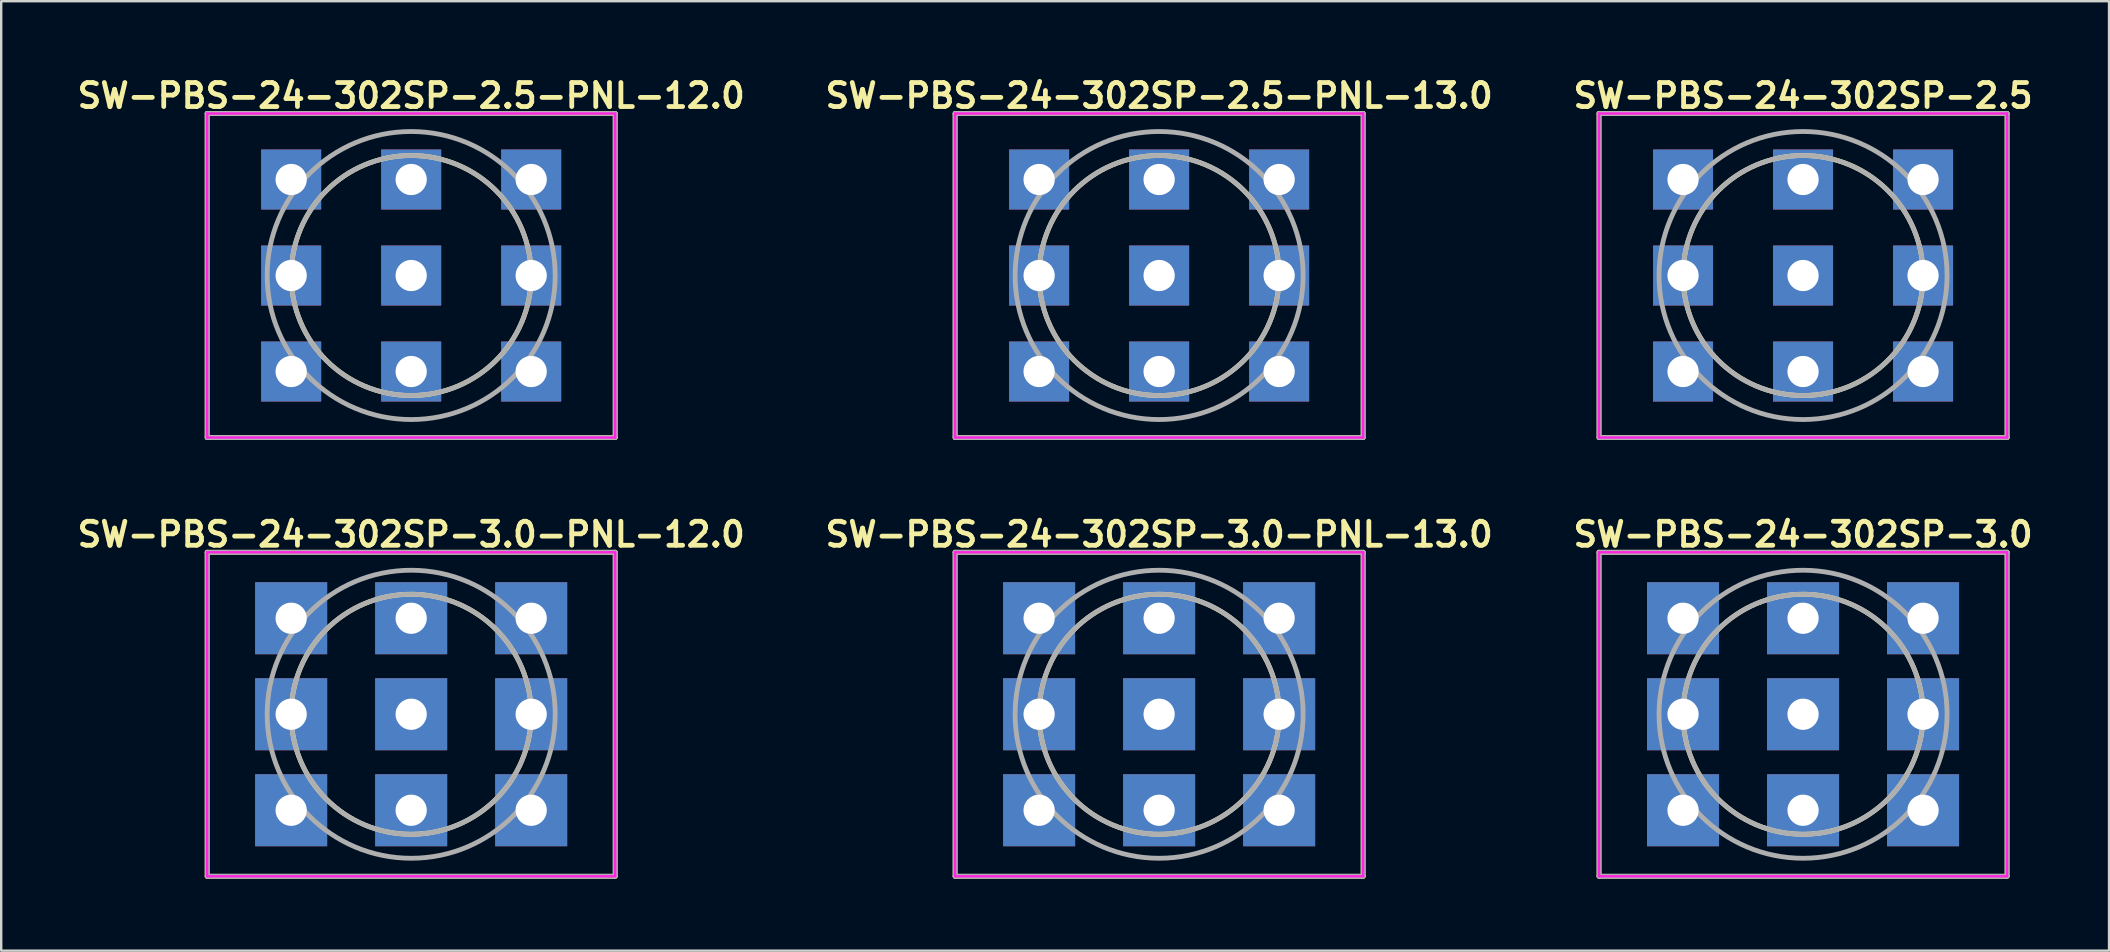
<source format=kicad_pcb>
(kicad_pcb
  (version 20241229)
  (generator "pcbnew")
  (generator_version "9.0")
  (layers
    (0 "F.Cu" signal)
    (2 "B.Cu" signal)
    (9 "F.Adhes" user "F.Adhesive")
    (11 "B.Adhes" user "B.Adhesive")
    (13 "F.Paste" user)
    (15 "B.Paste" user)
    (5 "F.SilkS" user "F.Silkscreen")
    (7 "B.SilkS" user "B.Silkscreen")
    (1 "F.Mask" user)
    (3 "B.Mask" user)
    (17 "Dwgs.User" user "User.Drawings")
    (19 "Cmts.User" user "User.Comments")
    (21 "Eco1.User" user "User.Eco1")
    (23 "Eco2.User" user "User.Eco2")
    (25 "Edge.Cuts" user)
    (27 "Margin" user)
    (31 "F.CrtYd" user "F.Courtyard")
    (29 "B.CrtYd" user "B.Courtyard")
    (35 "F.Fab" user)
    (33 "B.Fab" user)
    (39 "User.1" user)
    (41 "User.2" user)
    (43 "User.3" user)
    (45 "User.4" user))
  (footprint "SW-PBS-24-302SP-3.0"
    (layer "F.Cu")
    (at 72.071 26.708)
    (property "Reference" "SW-PBS-24-302SP-3.0" (at 0 -7.493 0) (layer "F.SilkS") (effects (font (size 1 1) (thickness 0.2))))
    (attr through_hole)
    (fp_line (start -8.5 -6.75) (end -8.5 6.75) (stroke (width 0.2) (type solid)) (layer "F.SilkS"))
    (fp_line (start -8.5 -6.75) (end 8.5 -6.75) (stroke (width 0.2) (type solid)) (layer "F.SilkS"))
    (fp_line (start -8.5 6.75) (end 8.5 6.75) (stroke (width 0.2) (type solid)) (layer "F.SilkS"))
    (fp_line (start 8.5 -6.75) (end 8.5 6.75) (stroke (width 0.2) (type solid)) (layer "F.SilkS"))
    (fp_circle (center 0 0) (end 5 0) (stroke (width 0.2) (type solid)) (fill no) (layer "F.SilkS"))
    (fp_line (start -8.5 -6.75) (end -8.5 6.75) (stroke (width 0.1) (type solid)) (layer "F.CrtYd"))
    (fp_line (start -8.5 -6.75) (end 8.5 -6.75) (stroke (width 0.1) (type solid)) (layer "F.CrtYd"))
    (fp_line (start -8.5 6.75) (end 8.5 6.75) (stroke (width 0.1) (type solid)) (layer "F.CrtYd"))
    (fp_line (start 8.5 -6.75) (end 8.5 6.75) (stroke (width 0.1) (type solid)) (layer "F.CrtYd"))
    (fp_line (start -8.5 -6.75) (end -8.5 6.75) (stroke (width 0.2) (type solid)) (layer "F.Fab"))
    (fp_line (start -8.5 -6.75) (end 8.5 -6.75) (stroke (width 0.2) (type solid)) (layer "F.Fab"))
    (fp_line (start -8.5 6.75) (end 8.5 6.75) (stroke (width 0.2) (type solid)) (layer "F.Fab"))
    (fp_line (start 8.5 -6.75) (end 8.5 6.75) (stroke (width 0.2) (type solid)) (layer "F.Fab"))
    (fp_circle (center 0 0) (end 5 0) (stroke (width 0.2) (type solid)) (fill no) (layer "F.Fab"))
    (fp_circle (center 0 0) (end 6 0) (stroke (width 0.2) (type solid)) (fill no) (layer "F.Fab"))
    (pad "COM1" thru_hole rect (at -5 0) (size 3 3) (drill 1.3) (layers "*.Cu" "*.Mask"))
    (pad "COM2" thru_hole rect (at 0 0) (size 3 3) (drill 1.3) (layers "*.Cu" "*.Mask"))
    (pad "COM3" thru_hole rect (at 5 0) (size 3 3) (drill 1.3) (layers "*.Cu" "*.Mask"))
    (pad "NC1" thru_hole rect (at -5 4) (size 3 3) (drill 1.3) (layers "*.Cu" "*.Mask"))
    (pad "NC2" thru_hole rect (at 0 4) (size 3 3) (drill 1.3) (layers "*.Cu" "*.Mask"))
    (pad "NC3" thru_hole rect (at 5 4) (size 3 3) (drill 1.3) (layers "*.Cu" "*.Mask"))
    (pad "NO1" thru_hole rect (at -5 -4) (size 3 3) (drill 1.3) (layers "*.Cu" "*.Mask"))
    (pad "NO2" thru_hole rect (at 0 -4) (size 3 3) (drill 1.3) (layers "*.Cu" "*.Mask"))
    (pad "NO3" thru_hole rect (at 5 -4) (size 3 3) (drill 1.3) (layers "*.Cu" "*.Mask")))
  (footprint "SW-PBS-24-302SP-3.0-PNL-12.0"
    (layer "F.Cu")
    (at 14.081 26.708)
    (property "Reference" "SW-PBS-24-302SP-3.0-PNL-12.0" (at 0 -7.493 0) (layer "F.SilkS") (effects (font (size 1 1) (thickness 0.2))))
    (attr through_hole)
    (fp_line (start -8.5 -6.75) (end -8.5 6.75) (stroke (width 0.2) (type solid)) (layer "F.SilkS"))
    (fp_line (start -8.5 -6.75) (end 8.5 -6.75) (stroke (width 0.2) (type solid)) (layer "F.SilkS"))
    (fp_line (start -8.5 6.75) (end 8.5 6.75) (stroke (width 0.2) (type solid)) (layer "F.SilkS"))
    (fp_line (start 8.5 -6.75) (end 8.5 6.75) (stroke (width 0.2) (type solid)) (layer "F.SilkS"))
    (fp_circle (center 0 0) (end 5 0) (stroke (width 0.2) (type solid)) (fill no) (layer "F.SilkS"))
    (fp_circle (center 0 0) (end 6 0) (stroke (width 0.4) (type solid)) (fill no) (layer "Eco1.User"))
    (fp_line (start -8.5 -6.75) (end -8.5 6.75) (stroke (width 0.1) (type solid)) (layer "F.CrtYd"))
    (fp_line (start -8.5 -6.75) (end 8.5 -6.75) (stroke (width 0.1) (type solid)) (layer "F.CrtYd"))
    (fp_line (start -8.5 6.75) (end 8.5 6.75) (stroke (width 0.1) (type solid)) (layer "F.CrtYd"))
    (fp_line (start 8.5 -6.75) (end 8.5 6.75) (stroke (width 0.1) (type solid)) (layer "F.CrtYd"))
    (fp_line (start -8.5 -6.75) (end -8.5 6.75) (stroke (width 0.2) (type solid)) (layer "F.Fab"))
    (fp_line (start -8.5 -6.75) (end 8.5 -6.75) (stroke (width 0.2) (type solid)) (layer "F.Fab"))
    (fp_line (start -8.5 6.75) (end 8.5 6.75) (stroke (width 0.2) (type solid)) (layer "F.Fab"))
    (fp_line (start 8.5 -6.75) (end 8.5 6.75) (stroke (width 0.2) (type solid)) (layer "F.Fab"))
    (fp_circle (center 0 0) (end 5 0) (stroke (width 0.2) (type solid)) (fill no) (layer "F.Fab"))
    (fp_circle (center 0 0) (end 6 0) (stroke (width 0.2) (type solid)) (fill no) (layer "F.Fab"))
    (pad "COM1" thru_hole rect (at -5 0) (size 3 3) (drill 1.3) (layers "*.Cu" "*.Mask"))
    (pad "COM2" thru_hole rect (at 0 0) (size 3 3) (drill 1.3) (layers "*.Cu" "*.Mask"))
    (pad "COM3" thru_hole rect (at 5 0) (size 3 3) (drill 1.3) (layers "*.Cu" "*.Mask"))
    (pad "NC1" thru_hole rect (at -5 4) (size 3 3) (drill 1.3) (layers "*.Cu" "*.Mask"))
    (pad "NC2" thru_hole rect (at 0 4) (size 3 3) (drill 1.3) (layers "*.Cu" "*.Mask"))
    (pad "NC3" thru_hole rect (at 5 4) (size 3 3) (drill 1.3) (layers "*.Cu" "*.Mask"))
    (pad "NO1" thru_hole rect (at -5 -4) (size 3 3) (drill 1.3) (layers "*.Cu" "*.Mask"))
    (pad "NO2" thru_hole rect (at 0 -4) (size 3 3) (drill 1.3) (layers "*.Cu" "*.Mask"))
    (pad "NO3" thru_hole rect (at 5 -4) (size 3 3) (drill 1.3) (layers "*.Cu" "*.Mask")))
  (footprint "SW-PBS-24-302SP-2.5-PNL-12.0"
    (layer "F.Cu")
    (at 14.081 8.429)
    (property "Reference" "SW-PBS-24-302SP-2.5-PNL-12.0" (at 0 -7.493 0) (layer "F.SilkS") (effects (font (size 1 1) (thickness 0.2))))
    (attr through_hole)
    (fp_line (start -8.5 -6.75) (end -8.5 6.75) (stroke (width 0.2) (type solid)) (layer "F.SilkS"))
    (fp_line (start -8.5 -6.75) (end 8.5 -6.75) (stroke (width 0.2) (type solid)) (layer "F.SilkS"))
    (fp_line (start -8.5 6.75) (end 8.5 6.75) (stroke (width 0.2) (type solid)) (layer "F.SilkS"))
    (fp_line (start 8.5 -6.75) (end 8.5 6.75) (stroke (width 0.2) (type solid)) (layer "F.SilkS"))
    (fp_circle (center 0 0) (end 5 0) (stroke (width 0.2) (type solid)) (fill no) (layer "F.SilkS"))
    (fp_circle (center 0 0) (end 6 0) (stroke (width 0.4) (type solid)) (fill no) (layer "Eco1.User"))
    (fp_line (start -8.5 -6.75) (end -8.5 6.75) (stroke (width 0.1) (type solid)) (layer "F.CrtYd"))
    (fp_line (start -8.5 -6.75) (end 8.5 -6.75) (stroke (width 0.1) (type solid)) (layer "F.CrtYd"))
    (fp_line (start -8.5 6.75) (end 8.5 6.75) (stroke (width 0.1) (type solid)) (layer "F.CrtYd"))
    (fp_line (start 8.5 -6.75) (end 8.5 6.75) (stroke (width 0.1) (type solid)) (layer "F.CrtYd"))
    (fp_line (start -8.5 -6.75) (end -8.5 6.75) (stroke (width 0.2) (type solid)) (layer "F.Fab"))
    (fp_line (start -8.5 -6.75) (end 8.5 -6.75) (stroke (width 0.2) (type solid)) (layer "F.Fab"))
    (fp_line (start -8.5 6.75) (end 8.5 6.75) (stroke (width 0.2) (type solid)) (layer "F.Fab"))
    (fp_line (start 8.5 -6.75) (end 8.5 6.75) (stroke (width 0.2) (type solid)) (layer "F.Fab"))
    (fp_circle (center 0 0) (end 5 0) (stroke (width 0.2) (type solid)) (fill no) (layer "F.Fab"))
    (fp_circle (center 0 0) (end 6 0) (stroke (width 0.2) (type solid)) (fill no) (layer "F.Fab"))
    (pad "COM1" thru_hole rect (at -5 0) (size 2.5 2.5) (drill 1.3) (layers "*.Cu" "*.Mask"))
    (pad "COM2" thru_hole rect (at 0 0) (size 2.5 2.5) (drill 1.3) (layers "*.Cu" "*.Mask"))
    (pad "COM3" thru_hole rect (at 5 0) (size 2.5 2.5) (drill 1.3) (layers "*.Cu" "*.Mask"))
    (pad "NC1" thru_hole rect (at -5 4) (size 2.5 2.5) (drill 1.3) (layers "*.Cu" "*.Mask"))
    (pad "NC2" thru_hole rect (at 0 4) (size 2.5 2.5) (drill 1.3) (layers "*.Cu" "*.Mask"))
    (pad "NC3" thru_hole rect (at 5 4) (size 2.5 2.5) (drill 1.3) (layers "*.Cu" "*.Mask"))
    (pad "NO1" thru_hole rect (at -5 -4) (size 2.5 2.5) (drill 1.3) (layers "*.Cu" "*.Mask"))
    (pad "NO2" thru_hole rect (at 0 -4) (size 2.5 2.5) (drill 1.3) (layers "*.Cu" "*.Mask"))
    (pad "NO3" thru_hole rect (at 5 -4) (size 2.5 2.5) (drill 1.3) (layers "*.Cu" "*.Mask")))
  (footprint "SW-PBS-24-302SP-2.5"
    (layer "F.Cu")
    (at 72.071 8.429)
    (property "Reference" "SW-PBS-24-302SP-2.5" (at 0 -7.493 0) (layer "F.SilkS") (effects (font (size 1 1) (thickness 0.2))))
    (attr through_hole)
    (fp_line (start -8.5 -6.75) (end -8.5 6.75) (stroke (width 0.2) (type solid)) (layer "F.SilkS"))
    (fp_line (start -8.5 -6.75) (end 8.5 -6.75) (stroke (width 0.2) (type solid)) (layer "F.SilkS"))
    (fp_line (start -8.5 6.75) (end 8.5 6.75) (stroke (width 0.2) (type solid)) (layer "F.SilkS"))
    (fp_line (start 8.5 -6.75) (end 8.5 6.75) (stroke (width 0.2) (type solid)) (layer "F.SilkS"))
    (fp_circle (center 0 0) (end 5 0) (stroke (width 0.2) (type solid)) (fill no) (layer "F.SilkS"))
    (fp_line (start -8.5 -6.75) (end -8.5 6.75) (stroke (width 0.1) (type solid)) (layer "F.CrtYd"))
    (fp_line (start -8.5 -6.75) (end 8.5 -6.75) (stroke (width 0.1) (type solid)) (layer "F.CrtYd"))
    (fp_line (start -8.5 6.75) (end 8.5 6.75) (stroke (width 0.1) (type solid)) (layer "F.CrtYd"))
    (fp_line (start 8.5 -6.75) (end 8.5 6.75) (stroke (width 0.1) (type solid)) (layer "F.CrtYd"))
    (fp_line (start -8.5 -6.75) (end -8.5 6.75) (stroke (width 0.2) (type solid)) (layer "F.Fab"))
    (fp_line (start -8.5 -6.75) (end 8.5 -6.75) (stroke (width 0.2) (type solid)) (layer "F.Fab"))
    (fp_line (start -8.5 6.75) (end 8.5 6.75) (stroke (width 0.2) (type solid)) (layer "F.Fab"))
    (fp_line (start 8.5 -6.75) (end 8.5 6.75) (stroke (width 0.2) (type solid)) (layer "F.Fab"))
    (fp_circle (center 0 0) (end 5 0) (stroke (width 0.2) (type solid)) (fill no) (layer "F.Fab"))
    (fp_circle (center 0 0) (end 6 0) (stroke (width 0.2) (type solid)) (fill no) (layer "F.Fab"))
    (pad "COM1" thru_hole rect (at -5 0) (size 2.5 2.5) (drill 1.3) (layers "*.Cu" "*.Mask"))
    (pad "COM2" thru_hole rect (at 0 0) (size 2.5 2.5) (drill 1.3) (layers "*.Cu" "*.Mask"))
    (pad "COM3" thru_hole rect (at 5 0) (size 2.5 2.5) (drill 1.3) (layers "*.Cu" "*.Mask"))
    (pad "NC1" thru_hole rect (at -5 4) (size 2.5 2.5) (drill 1.3) (layers "*.Cu" "*.Mask"))
    (pad "NC2" thru_hole rect (at 0 4) (size 2.5 2.5) (drill 1.3) (layers "*.Cu" "*.Mask"))
    (pad "NC3" thru_hole rect (at 5 4) (size 2.5 2.5) (drill 1.3) (layers "*.Cu" "*.Mask"))
    (pad "NO1" thru_hole rect (at -5 -4) (size 2.5 2.5) (drill 1.3) (layers "*.Cu" "*.Mask"))
    (pad "NO2" thru_hole rect (at 0 -4) (size 2.5 2.5) (drill 1.3) (layers "*.Cu" "*.Mask"))
    (pad "NO3" thru_hole rect (at 5 -4) (size 2.5 2.5) (drill 1.3) (layers "*.Cu" "*.Mask")))
  (footprint "SW-PBS-24-302SP-2.5-PNL-13.0"
    (layer "F.Cu")
    (at 45.243 8.429)
    (property "Reference" "SW-PBS-24-302SP-2.5-PNL-13.0" (at 0 -7.493 0) (layer "F.SilkS") (effects (font (size 1 1) (thickness 0.2))))
    (attr through_hole)
    (fp_line (start -8.5 -6.75) (end -8.5 6.75) (stroke (width 0.2) (type solid)) (layer "F.SilkS"))
    (fp_line (start -8.5 -6.75) (end 8.5 -6.75) (stroke (width 0.2) (type solid)) (layer "F.SilkS"))
    (fp_line (start -8.5 6.75) (end 8.5 6.75) (stroke (width 0.2) (type solid)) (layer "F.SilkS"))
    (fp_line (start 8.5 -6.75) (end 8.5 6.75) (stroke (width 0.2) (type solid)) (layer "F.SilkS"))
    (fp_circle (center 0 0) (end 5 0) (stroke (width 0.2) (type solid)) (fill no) (layer "F.SilkS"))
    (fp_circle (center 0 0) (end 6.5 0) (stroke (width 0.4) (type solid)) (fill no) (layer "Eco1.User"))
    (fp_line (start -8.5 -6.75) (end -8.5 6.75) (stroke (width 0.1) (type solid)) (layer "F.CrtYd"))
    (fp_line (start -8.5 -6.75) (end 8.5 -6.75) (stroke (width 0.1) (type solid)) (layer "F.CrtYd"))
    (fp_line (start -8.5 6.75) (end 8.5 6.75) (stroke (width 0.1) (type solid)) (layer "F.CrtYd"))
    (fp_line (start 8.5 -6.75) (end 8.5 6.75) (stroke (width 0.1) (type solid)) (layer "F.CrtYd"))
    (fp_line (start -8.5 -6.75) (end -8.5 6.75) (stroke (width 0.2) (type solid)) (layer "F.Fab"))
    (fp_line (start -8.5 -6.75) (end 8.5 -6.75) (stroke (width 0.2) (type solid)) (layer "F.Fab"))
    (fp_line (start -8.5 6.75) (end 8.5 6.75) (stroke (width 0.2) (type solid)) (layer "F.Fab"))
    (fp_line (start 8.5 -6.75) (end 8.5 6.75) (stroke (width 0.2) (type solid)) (layer "F.Fab"))
    (fp_circle (center 0 0) (end 5 0) (stroke (width 0.2) (type solid)) (fill no) (layer "F.Fab"))
    (fp_circle (center 0 0) (end 6 0) (stroke (width 0.2) (type solid)) (fill no) (layer "F.Fab"))
    (pad "COM1" thru_hole rect (at -5 0) (size 2.5 2.5) (drill 1.3) (layers "*.Cu" "*.Mask"))
    (pad "COM2" thru_hole rect (at 0 0) (size 2.5 2.5) (drill 1.3) (layers "*.Cu" "*.Mask"))
    (pad "COM3" thru_hole rect (at 5 0) (size 2.5 2.5) (drill 1.3) (layers "*.Cu" "*.Mask"))
    (pad "NC1" thru_hole rect (at -5 4) (size 2.5 2.5) (drill 1.3) (layers "*.Cu" "*.Mask"))
    (pad "NC2" thru_hole rect (at 0 4) (size 2.5 2.5) (drill 1.3) (layers "*.Cu" "*.Mask"))
    (pad "NC3" thru_hole rect (at 5 4) (size 2.5 2.5) (drill 1.3) (layers "*.Cu" "*.Mask"))
    (pad "NO1" thru_hole rect (at -5 -4) (size 2.5 2.5) (drill 1.3) (layers "*.Cu" "*.Mask"))
    (pad "NO2" thru_hole rect (at 0 -4) (size 2.5 2.5) (drill 1.3) (layers "*.Cu" "*.Mask"))
    (pad "NO3" thru_hole rect (at 5 -4) (size 2.5 2.5) (drill 1.3) (layers "*.Cu" "*.Mask")))
  (footprint "SW-PBS-24-302SP-3.0-PNL-13.0"
    (layer "F.Cu")
    (at 45.243 26.708)
    (property "Reference" "SW-PBS-24-302SP-3.0-PNL-13.0" (at 0 -7.493 0) (layer "F.SilkS") (effects (font (size 1 1) (thickness 0.2))))
    (attr through_hole)
    (fp_line (start -8.5 -6.75) (end -8.5 6.75) (stroke (width 0.2) (type solid)) (layer "F.SilkS"))
    (fp_line (start -8.5 -6.75) (end 8.5 -6.75) (stroke (width 0.2) (type solid)) (layer "F.SilkS"))
    (fp_line (start -8.5 6.75) (end 8.5 6.75) (stroke (width 0.2) (type solid)) (layer "F.SilkS"))
    (fp_line (start 8.5 -6.75) (end 8.5 6.75) (stroke (width 0.2) (type solid)) (layer "F.SilkS"))
    (fp_circle (center 0 0) (end 5 0) (stroke (width 0.2) (type solid)) (fill no) (layer "F.SilkS"))
    (fp_circle (center 0 0) (end 6.5 0) (stroke (width 0.4) (type solid)) (fill no) (layer "Eco1.User"))
    (fp_line (start -8.5 -6.75) (end -8.5 6.75) (stroke (width 0.1) (type solid)) (layer "F.CrtYd"))
    (fp_line (start -8.5 -6.75) (end 8.5 -6.75) (stroke (width 0.1) (type solid)) (layer "F.CrtYd"))
    (fp_line (start -8.5 6.75) (end 8.5 6.75) (stroke (width 0.1) (type solid)) (layer "F.CrtYd"))
    (fp_line (start 8.5 -6.75) (end 8.5 6.75) (stroke (width 0.1) (type solid)) (layer "F.CrtYd"))
    (fp_line (start -8.5 -6.75) (end -8.5 6.75) (stroke (width 0.2) (type solid)) (layer "F.Fab"))
    (fp_line (start -8.5 -6.75) (end 8.5 -6.75) (stroke (width 0.2) (type solid)) (layer "F.Fab"))
    (fp_line (start -8.5 6.75) (end 8.5 6.75) (stroke (width 0.2) (type solid)) (layer "F.Fab"))
    (fp_line (start 8.5 -6.75) (end 8.5 6.75) (stroke (width 0.2) (type solid)) (layer "F.Fab"))
    (fp_circle (center 0 0) (end 5 0) (stroke (width 0.2) (type solid)) (fill no) (layer "F.Fab"))
    (fp_circle (center 0 0) (end 6 0) (stroke (width 0.2) (type solid)) (fill no) (layer "F.Fab"))
    (pad "COM1" thru_hole rect (at -5 0) (size 3 3) (drill 1.3) (layers "*.Cu" "*.Mask"))
    (pad "COM2" thru_hole rect (at 0 0) (size 3 3) (drill 1.3) (layers "*.Cu" "*.Mask"))
    (pad "COM3" thru_hole rect (at 5 0) (size 3 3) (drill 1.3) (layers "*.Cu" "*.Mask"))
    (pad "NC1" thru_hole rect (at -5 4) (size 3 3) (drill 1.3) (layers "*.Cu" "*.Mask"))
    (pad "NC2" thru_hole rect (at 0 4) (size 3 3) (drill 1.3) (layers "*.Cu" "*.Mask"))
    (pad "NC3" thru_hole rect (at 5 4) (size 3 3) (drill 1.3) (layers "*.Cu" "*.Mask"))
    (pad "NO1" thru_hole rect (at -5 -4) (size 3 3) (drill 1.3) (layers "*.Cu" "*.Mask"))
    (pad "NO2" thru_hole rect (at 0 -4) (size 3 3) (drill 1.3) (layers "*.Cu" "*.Mask"))
    (pad "NO3" thru_hole rect (at 5 -4) (size 3 3) (drill 1.3) (layers "*.Cu" "*.Mask")))
  (gr_rect
    (start -3 -3)
    (end 84.819 36.558)
    (stroke (width 0.1) (type default))
    (fill no)
    (layer "Edge.Cuts")))
</source>
